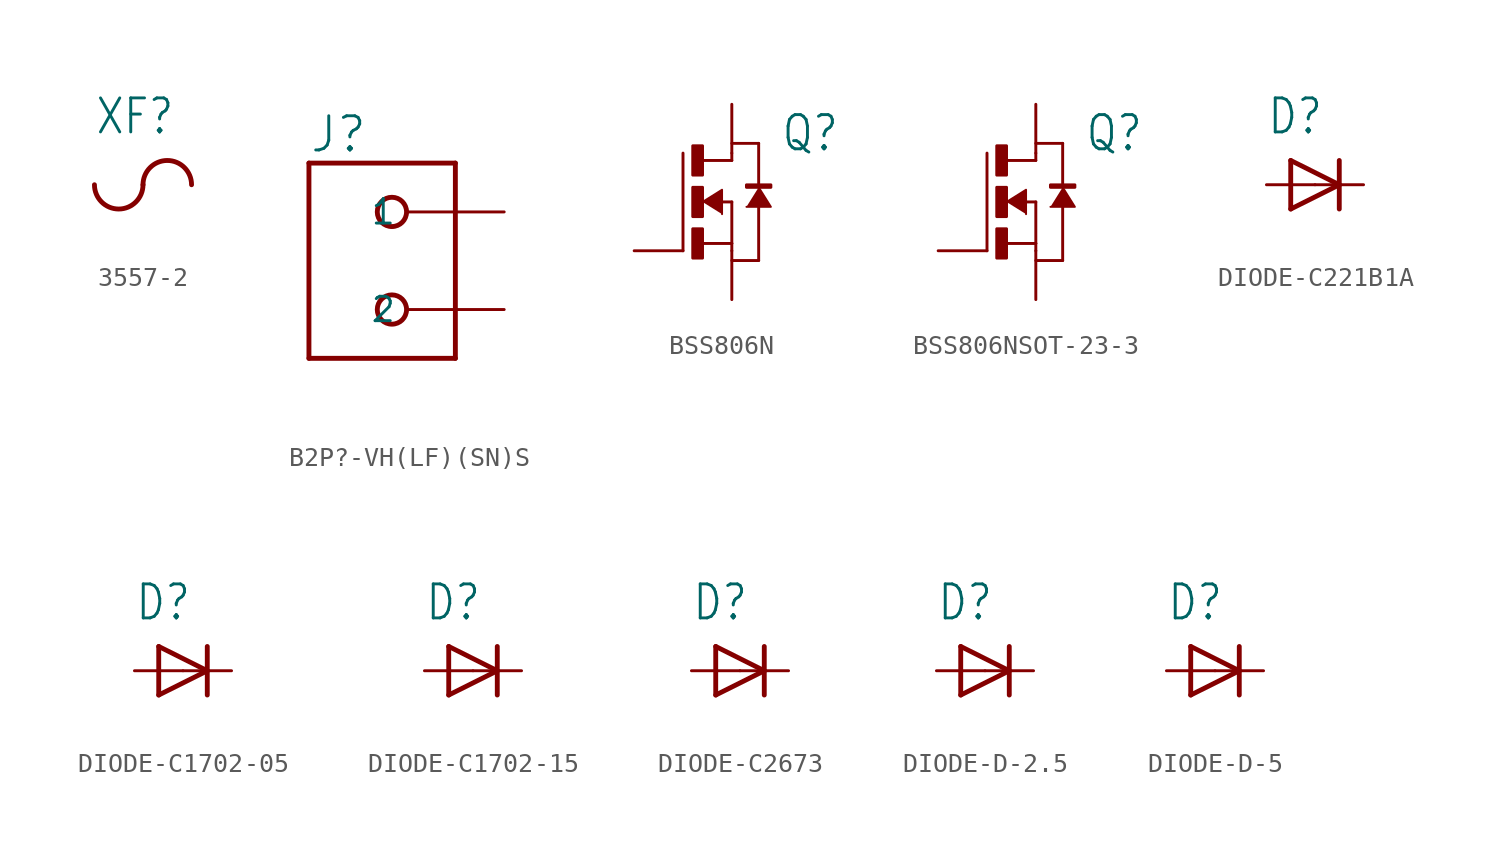
<source format=kicad_sym>
(kicad_symbol_lib
  (version 20220914)
  (generator kicad_symbol_editor)
  (symbol "3557-2"
    (property "Reference" "XF"
      (at -2.54 2.54 0)
      (effects (font (size 1.778 1.511)) (justify left bottom)))
    (property "Value" ""
      (at -2.54 -2.54 0)
      (effects (font (size 1.778 1.511)) (justify left top)))
    (property "ki_locked" ""
      (at 0 0 0)
      (effects (font (size 1.27 1.27))))
    (symbol "3557-2_1_0"
      (arc (start -2.54 0) (mid -1.27 -1.27) (end 0 0) (stroke (width 0.254) (type solid)) (fill (type none)))
      (arc (start 2.54 0) (mid 1.27 1.27) (end 0 0) (stroke (width 0.254) (type solid)) (fill (type none)))
      (pin bidirectional line (at -2.54 0 0) (length 0) (name "1" (effects (font (size 0 0)))) (number "1" (effects (font (size 0 0)))))
      (pin bidirectional line (at -2.54 0 0) (length 0) (name "1" (effects (font (size 0 0)))) (number "2" (effects (font (size 0 0)))))
      (pin bidirectional line (at 2.54 0 180) (length 0) (name "2" (effects (font (size 0 0)))) (number "3" (effects (font (size 0 0)))))
      (pin bidirectional line (at 2.54 0 180) (length 0) (name "2" (effects (font (size 0 0)))) (number "4" (effects (font (size 0 0)))))))
  (symbol "B2P?-VH(LF)(SN)S"
    (property "Reference" "J"
      (at -5.08 7.62 0)
      (effects (font (size 1.778 1.778)) (justify left top)))
    (property "Value" ""
      (at -5.08 -7.62 0)
      (effects (font (size 1.778 1.778)) (justify left bottom)))
    (property "ki_locked" ""
      (at 0 0 0)
      (effects (font (size 1.27 1.27))))
    (symbol "B2P?-VH(LF)(SN)S_1_0"
      (circle (center -0.762 -2.54) (radius 0.762) (stroke (width 0.254) (type solid)) (fill (type none)))
      (circle (center -0.762 2.54) (radius 0.762) (stroke (width 0.254) (type solid)) (fill (type none)))
      (polyline (pts (xy -5.08 -5.08) (xy 2.54 -5.08)) (stroke (width 0.254) (type solid)) (fill (type none)))
      (polyline (pts (xy -5.08 5.08) (xy -5.08 -5.08)) (stroke (width 0.254) (type solid)) (fill (type none)))
      (polyline (pts (xy 2.54 -5.08) (xy 2.54 5.08)) (stroke (width 0.254) (type solid)) (fill (type none)))
      (polyline (pts (xy 2.54 5.08) (xy -5.08 5.08)) (stroke (width 0.254) (type solid)) (fill (type none)))
      (pin bidirectional line (at 5.08 2.54 180) (length 5.08) (name "1" (effects (font (size 1.27 1.27)))) (number "1" (effects (font (size 0 0)))))
      (pin bidirectional line (at 5.08 -2.54 180) (length 5.08) (name "2" (effects (font (size 1.27 1.27)))) (number "2" (effects (font (size 0 0)))))))
  (symbol "BSS806N"
    (property "Reference" "Q"
      (at 2.54 2.54 0)
      (effects (font (size 1.778 1.511)) (justify left bottom)))
    (property "Value" ""
      (at 2.54 0 0)
      (effects (font (size 1.778 1.511)) (justify left bottom)))
    (property "ki_locked" ""
      (at 0 0 0)
      (effects (font (size 1.27 1.27))))
    (symbol "BSS806N_1_0"
      (rectangle (start -2.032 -2.921) (end -1.524 -1.397) (stroke (width 0) (type default)) (fill (type outline)))
      (rectangle (start -2.032 -0.762) (end -1.524 0.762) (stroke (width 0) (type default)) (fill (type outline)))
      (rectangle (start -2.032 1.397) (end -1.524 2.921) (stroke (width 0) (type default)) (fill (type outline)))
      (polyline (pts (xy -2.54 -2.54) (xy -2.54 2.54)) (stroke (width 0.152) (type solid)) (fill (type none)))
      (polyline (pts (xy -1.524 -2.159) (xy 0 -2.159)) (stroke (width 0.152) (type solid)) (fill (type none)))
      (polyline (pts (xy -1.524 2.159) (xy 0 2.159)) (stroke (width 0.152) (type solid)) (fill (type none)))
      (polyline (pts (xy -0.508 0) (xy 0 0)) (stroke (width 0.152) (type solid)) (fill (type none)))
      (polyline (pts (xy 0 -2.159) (xy 0 -2.54)) (stroke (width 0.152) (type solid)) (fill (type none)))
      (polyline (pts (xy 0 0) (xy 0 -2.159)) (stroke (width 0.152) (type solid)) (fill (type none)))
      (polyline (pts (xy 0 2.159) (xy 0 2.54)) (stroke (width 0.152) (type solid)) (fill (type none)))
      (polyline (pts (xy 0 3.048) (xy 1.397 3.048)) (stroke (width 0.152) (type solid)) (fill (type none)))
      (polyline (pts (xy 1.397 -3.048) (xy 0 -3.048)) (stroke (width 0.152) (type solid)) (fill (type none)))
      (polyline (pts (xy 1.397 -0.254) (xy 1.397 -3.048)) (stroke (width 0.152) (type solid)) (fill (type none)))
      (polyline (pts (xy 1.397 3.048) (xy 1.397 0.762)) (stroke (width 0.152) (type solid)) (fill (type none)))
      (polyline (pts (xy -1.524 0) (xy -0.508 0.635) (xy -0.508 -0.635)) (stroke (width 0.102) (type solid)) (fill (type outline)))
      (polyline (pts (xy 1.397 0.762) (xy 2.032 -0.254) (xy 0.762 -0.254)) (stroke (width 0.102) (type solid)) (fill (type outline)))
      (rectangle (start 0.762 0.762) (end 2.032 0.889) (stroke (width 0) (type default)) (fill (type outline)))
      (pin passive line (at -5.08 -2.54 0) (length 2.54) (name "G" (effects (font (size 0 0)))) (number "1" (effects (font (size 0 0)))))
      (pin passive line (at 0 -5.08 90) (length 2.54) (name "S" (effects (font (size 0 0)))) (number "2" (effects (font (size 0 0)))))
      (pin passive line (at 0 5.08 270) (length 2.54) (name "D" (effects (font (size 0 0)))) (number "3" (effects (font (size 0 0)))))))
  (symbol "BSS806NSOT-23-3"
    (property "Reference" "Q"
      (at 2.54 2.54 0)
      (effects (font (size 1.778 1.511)) (justify left bottom)))
    (property "Value" ""
      (at 2.54 0 0)
      (effects (font (size 1.778 1.511)) (justify left bottom)))
    (property "ki_locked" ""
      (at 0 0 0)
      (effects (font (size 1.27 1.27))))
    (symbol "BSS806NSOT-23-3_1_0"
      (rectangle (start -2.032 -2.921) (end -1.524 -1.397) (stroke (width 0) (type default)) (fill (type outline)))
      (rectangle (start -2.032 -0.762) (end -1.524 0.762) (stroke (width 0) (type default)) (fill (type outline)))
      (rectangle (start -2.032 1.397) (end -1.524 2.921) (stroke (width 0) (type default)) (fill (type outline)))
      (polyline (pts (xy -2.54 -2.54) (xy -2.54 2.54)) (stroke (width 0.152) (type solid)) (fill (type none)))
      (polyline (pts (xy -1.524 -2.159) (xy 0 -2.159)) (stroke (width 0.152) (type solid)) (fill (type none)))
      (polyline (pts (xy -1.524 2.159) (xy 0 2.159)) (stroke (width 0.152) (type solid)) (fill (type none)))
      (polyline (pts (xy -0.508 0) (xy 0 0)) (stroke (width 0.152) (type solid)) (fill (type none)))
      (polyline (pts (xy 0 -2.159) (xy 0 -2.54)) (stroke (width 0.152) (type solid)) (fill (type none)))
      (polyline (pts (xy 0 0) (xy 0 -2.159)) (stroke (width 0.152) (type solid)) (fill (type none)))
      (polyline (pts (xy 0 2.159) (xy 0 2.54)) (stroke (width 0.152) (type solid)) (fill (type none)))
      (polyline (pts (xy 0 3.048) (xy 1.397 3.048)) (stroke (width 0.152) (type solid)) (fill (type none)))
      (polyline (pts (xy 1.397 -3.048) (xy 0 -3.048)) (stroke (width 0.152) (type solid)) (fill (type none)))
      (polyline (pts (xy 1.397 -0.254) (xy 1.397 -3.048)) (stroke (width 0.152) (type solid)) (fill (type none)))
      (polyline (pts (xy 1.397 3.048) (xy 1.397 0.762)) (stroke (width 0.152) (type solid)) (fill (type none)))
      (polyline (pts (xy -1.524 0) (xy -0.508 0.635) (xy -0.508 -0.635)) (stroke (width 0.102) (type solid)) (fill (type outline)))
      (polyline (pts (xy 1.397 0.762) (xy 2.032 -0.254) (xy 0.762 -0.254)) (stroke (width 0.102) (type solid)) (fill (type outline)))
      (rectangle (start 0.762 0.762) (end 2.032 0.889) (stroke (width 0) (type default)) (fill (type outline)))
      (pin passive line (at -5.08 -2.54 0) (length 2.54) (name "G" (effects (font (size 0 0)))) (number "1" (effects (font (size 0 0)))))
      (pin passive line (at 0 -5.08 90) (length 2.54) (name "S" (effects (font (size 0 0)))) (number "2" (effects (font (size 0 0)))))
      (pin passive line (at 0 5.08 270) (length 2.54) (name "D" (effects (font (size 0 0)))) (number "3" (effects (font (size 0 0)))))))
  (symbol "DIODE-C221B1A"
    (property "Reference" "D"
      (at -2.54 2.54 0)
      (effects (font (size 1.778 1.511)) (justify left bottom)))
    (property "Value" ""
      (at -2.54 -2.54 0)
      (effects (font (size 1.778 1.511)) (justify left top)))
    (property "ki_locked" ""
      (at 0 0 0)
      (effects (font (size 1.27 1.27))))
    (symbol "DIODE-C221B1A_1_0"
      (polyline (pts (xy -1.27 -1.27) (xy 1.27 0)) (stroke (width 0.254) (type solid)) (fill (type none)))
      (polyline (pts (xy -1.27 1.27) (xy -1.27 -1.27)) (stroke (width 0.254) (type solid)) (fill (type none)))
      (polyline (pts (xy 1.27 0) (xy -1.27 1.27)) (stroke (width 0.254) (type solid)) (fill (type none)))
      (polyline (pts (xy 1.27 0) (xy 1.27 -1.27)) (stroke (width 0.254) (type solid)) (fill (type none)))
      (polyline (pts (xy 1.27 1.27) (xy 1.27 0)) (stroke (width 0.254) (type solid)) (fill (type none)))
      (pin passive line (at -2.54 0 0) (length 2.54) (name "A" (effects (font (size 0 0)))) (number "A" (effects (font (size 0 0)))))
      (pin passive line (at 2.54 0 180) (length 2.54) (name "C" (effects (font (size 0 0)))) (number "C" (effects (font (size 0 0)))))))
  (symbol "DIODE-C1702-05"
    (property "Reference" "D"
      (at -2.54 2.54 0)
      (effects (font (size 1.778 1.511)) (justify left bottom)))
    (property "Value" ""
      (at -2.54 -2.54 0)
      (effects (font (size 1.778 1.511)) (justify left top)))
    (property "ki_locked" ""
      (at 0 0 0)
      (effects (font (size 1.27 1.27))))
    (symbol "DIODE-C1702-05_1_0"
      (polyline (pts (xy -1.27 -1.27) (xy 1.27 0)) (stroke (width 0.254) (type solid)) (fill (type none)))
      (polyline (pts (xy -1.27 1.27) (xy -1.27 -1.27)) (stroke (width 0.254) (type solid)) (fill (type none)))
      (polyline (pts (xy 1.27 0) (xy -1.27 1.27)) (stroke (width 0.254) (type solid)) (fill (type none)))
      (polyline (pts (xy 1.27 0) (xy 1.27 -1.27)) (stroke (width 0.254) (type solid)) (fill (type none)))
      (polyline (pts (xy 1.27 1.27) (xy 1.27 0)) (stroke (width 0.254) (type solid)) (fill (type none)))
      (pin passive line (at -2.54 0 0) (length 2.54) (name "A" (effects (font (size 0 0)))) (number "A" (effects (font (size 0 0)))))
      (pin passive line (at 2.54 0 180) (length 2.54) (name "C" (effects (font (size 0 0)))) (number "C" (effects (font (size 0 0)))))))
  (symbol "DIODE-C1702-15"
    (property "Reference" "D"
      (at -2.54 2.54 0)
      (effects (font (size 1.778 1.511)) (justify left bottom)))
    (property "Value" ""
      (at -2.54 -2.54 0)
      (effects (font (size 1.778 1.511)) (justify left top)))
    (property "ki_locked" ""
      (at 0 0 0)
      (effects (font (size 1.27 1.27))))
    (symbol "DIODE-C1702-15_1_0"
      (polyline (pts (xy -1.27 -1.27) (xy 1.27 0)) (stroke (width 0.254) (type solid)) (fill (type none)))
      (polyline (pts (xy -1.27 1.27) (xy -1.27 -1.27)) (stroke (width 0.254) (type solid)) (fill (type none)))
      (polyline (pts (xy 1.27 0) (xy -1.27 1.27)) (stroke (width 0.254) (type solid)) (fill (type none)))
      (polyline (pts (xy 1.27 0) (xy 1.27 -1.27)) (stroke (width 0.254) (type solid)) (fill (type none)))
      (polyline (pts (xy 1.27 1.27) (xy 1.27 0)) (stroke (width 0.254) (type solid)) (fill (type none)))
      (pin passive line (at -2.54 0 0) (length 2.54) (name "A" (effects (font (size 0 0)))) (number "A" (effects (font (size 0 0)))))
      (pin passive line (at 2.54 0 180) (length 2.54) (name "C" (effects (font (size 0 0)))) (number "C" (effects (font (size 0 0)))))))
  (symbol "DIODE-C2673"
    (property "Reference" "D"
      (at -2.54 2.54 0)
      (effects (font (size 1.778 1.511)) (justify left bottom)))
    (property "Value" ""
      (at -2.54 -2.54 0)
      (effects (font (size 1.778 1.511)) (justify left top)))
    (property "ki_locked" ""
      (at 0 0 0)
      (effects (font (size 1.27 1.27))))
    (symbol "DIODE-C2673_1_0"
      (polyline (pts (xy -1.27 -1.27) (xy 1.27 0)) (stroke (width 0.254) (type solid)) (fill (type none)))
      (polyline (pts (xy -1.27 1.27) (xy -1.27 -1.27)) (stroke (width 0.254) (type solid)) (fill (type none)))
      (polyline (pts (xy 1.27 0) (xy -1.27 1.27)) (stroke (width 0.254) (type solid)) (fill (type none)))
      (polyline (pts (xy 1.27 0) (xy 1.27 -1.27)) (stroke (width 0.254) (type solid)) (fill (type none)))
      (polyline (pts (xy 1.27 1.27) (xy 1.27 0)) (stroke (width 0.254) (type solid)) (fill (type none)))
      (pin passive line (at -2.54 0 0) (length 2.54) (name "A" (effects (font (size 0 0)))) (number "A" (effects (font (size 0 0)))))
      (pin passive line (at 2.54 0 180) (length 2.54) (name "C" (effects (font (size 0 0)))) (number "C" (effects (font (size 0 0)))))))
  (symbol "DIODE-D-2.5"
    (property "Reference" "D"
      (at -2.54 2.54 0)
      (effects (font (size 1.778 1.511)) (justify left bottom)))
    (property "Value" ""
      (at -2.54 -2.54 0)
      (effects (font (size 1.778 1.511)) (justify left top)))
    (property "ki_locked" ""
      (at 0 0 0)
      (effects (font (size 1.27 1.27))))
    (symbol "DIODE-D-2.5_1_0"
      (polyline (pts (xy -1.27 -1.27) (xy 1.27 0)) (stroke (width 0.254) (type solid)) (fill (type none)))
      (polyline (pts (xy -1.27 1.27) (xy -1.27 -1.27)) (stroke (width 0.254) (type solid)) (fill (type none)))
      (polyline (pts (xy 1.27 0) (xy -1.27 1.27)) (stroke (width 0.254) (type solid)) (fill (type none)))
      (polyline (pts (xy 1.27 0) (xy 1.27 -1.27)) (stroke (width 0.254) (type solid)) (fill (type none)))
      (polyline (pts (xy 1.27 1.27) (xy 1.27 0)) (stroke (width 0.254) (type solid)) (fill (type none)))
      (pin passive line (at -2.54 0 0) (length 2.54) (name "A" (effects (font (size 0 0)))) (number "A" (effects (font (size 0 0)))))
      (pin passive line (at 2.54 0 180) (length 2.54) (name "C" (effects (font (size 0 0)))) (number "C" (effects (font (size 0 0)))))))
  (symbol "DIODE-D-5"
    (property "Reference" "D"
      (at -2.54 2.54 0)
      (effects (font (size 1.778 1.511)) (justify left bottom)))
    (property "Value" ""
      (at -2.54 -2.54 0)
      (effects (font (size 1.778 1.511)) (justify left top)))
    (property "ki_locked" ""
      (at 0 0 0)
      (effects (font (size 1.27 1.27))))
    (symbol "DIODE-D-5_1_0"
      (polyline (pts (xy -1.27 -1.27) (xy 1.27 0)) (stroke (width 0.254) (type solid)) (fill (type none)))
      (polyline (pts (xy -1.27 1.27) (xy -1.27 -1.27)) (stroke (width 0.254) (type solid)) (fill (type none)))
      (polyline (pts (xy 1.27 0) (xy -1.27 1.27)) (stroke (width 0.254) (type solid)) (fill (type none)))
      (polyline (pts (xy 1.27 0) (xy 1.27 -1.27)) (stroke (width 0.254) (type solid)) (fill (type none)))
      (polyline (pts (xy 1.27 1.27) (xy 1.27 0)) (stroke (width 0.254) (type solid)) (fill (type none)))
      (pin passive line (at -2.54 0 0) (length 2.54) (name "A" (effects (font (size 0 0)))) (number "A" (effects (font (size 0 0)))))
      (pin passive line (at 2.54 0 180) (length 2.54) (name "C" (effects (font (size 0 0)))) (number "C" (effects (font (size 0 0))))))))
</source>
